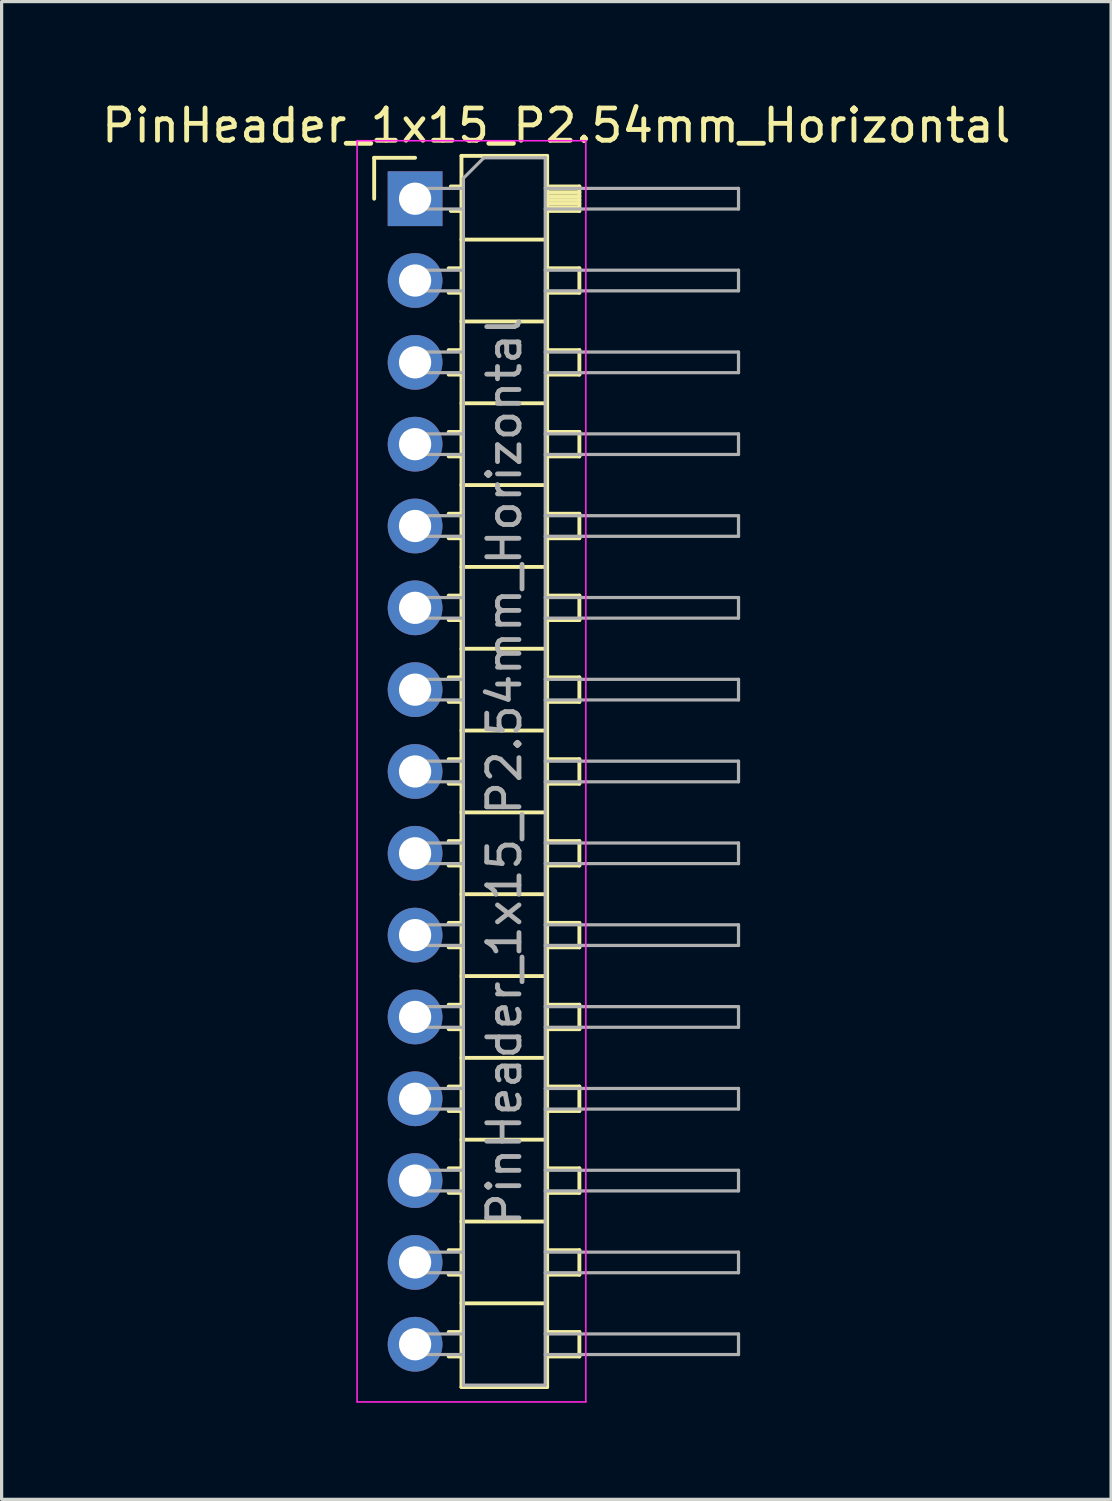
<source format=kicad_pcb>
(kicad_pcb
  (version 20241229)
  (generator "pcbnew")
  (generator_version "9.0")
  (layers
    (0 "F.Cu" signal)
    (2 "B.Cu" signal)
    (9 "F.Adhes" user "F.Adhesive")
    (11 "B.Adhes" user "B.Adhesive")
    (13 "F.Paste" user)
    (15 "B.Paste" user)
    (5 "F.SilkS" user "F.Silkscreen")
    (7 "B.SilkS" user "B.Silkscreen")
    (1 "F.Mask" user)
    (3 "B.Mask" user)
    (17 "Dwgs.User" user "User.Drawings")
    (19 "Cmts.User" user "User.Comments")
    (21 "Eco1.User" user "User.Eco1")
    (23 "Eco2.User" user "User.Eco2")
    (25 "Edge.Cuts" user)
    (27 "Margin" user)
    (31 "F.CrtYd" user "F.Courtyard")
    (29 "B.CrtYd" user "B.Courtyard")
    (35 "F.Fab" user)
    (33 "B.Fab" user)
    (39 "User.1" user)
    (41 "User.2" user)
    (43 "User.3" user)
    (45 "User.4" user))
  (footprint "PinHeader_1x15_P2.54mm_Horizontal"
    (layer "F.Cu")
    (at 9.835 3.118)
    (property "Reference" "PinHeader_1x15_P2.54mm_Horizontal" (at 4.385 -2.27 0) (layer "F.SilkS") (effects (font (size 1 1) (thickness 0.15))))
    (attr through_hole)
    (fp_line (start -1.27 -1.27) (end 0 -1.27) (stroke (width 0.12) (type solid)) (layer "F.SilkS"))
    (fp_line (start -1.27 0) (end -1.27 -1.27) (stroke (width 0.12) (type solid)) (layer "F.SilkS"))
    (fp_line (start 1.043 2.16) (end 1.44 2.16) (stroke (width 0.12) (type solid)) (layer "F.SilkS"))
    (fp_line (start 1.043 2.92) (end 1.44 2.92) (stroke (width 0.12) (type solid)) (layer "F.SilkS"))
    (fp_line (start 1.043 4.7) (end 1.44 4.7) (stroke (width 0.12) (type solid)) (layer "F.SilkS"))
    (fp_line (start 1.043 5.46) (end 1.44 5.46) (stroke (width 0.12) (type solid)) (layer "F.SilkS"))
    (fp_line (start 1.043 7.24) (end 1.44 7.24) (stroke (width 0.12) (type solid)) (layer "F.SilkS"))
    (fp_line (start 1.043 8) (end 1.44 8) (stroke (width 0.12) (type solid)) (layer "F.SilkS"))
    (fp_line (start 1.043 9.78) (end 1.44 9.78) (stroke (width 0.12) (type solid)) (layer "F.SilkS"))
    (fp_line (start 1.043 10.54) (end 1.44 10.54) (stroke (width 0.12) (type solid)) (layer "F.SilkS"))
    (fp_line (start 1.043 12.32) (end 1.44 12.32) (stroke (width 0.12) (type solid)) (layer "F.SilkS"))
    (fp_line (start 1.043 13.08) (end 1.44 13.08) (stroke (width 0.12) (type solid)) (layer "F.SilkS"))
    (fp_line (start 1.043 14.86) (end 1.44 14.86) (stroke (width 0.12) (type solid)) (layer "F.SilkS"))
    (fp_line (start 1.043 15.62) (end 1.44 15.62) (stroke (width 0.12) (type solid)) (layer "F.SilkS"))
    (fp_line (start 1.043 17.4) (end 1.44 17.4) (stroke (width 0.12) (type solid)) (layer "F.SilkS"))
    (fp_line (start 1.043 18.16) (end 1.44 18.16) (stroke (width 0.12) (type solid)) (layer "F.SilkS"))
    (fp_line (start 1.043 19.94) (end 1.44 19.94) (stroke (width 0.12) (type solid)) (layer "F.SilkS"))
    (fp_line (start 1.043 20.7) (end 1.44 20.7) (stroke (width 0.12) (type solid)) (layer "F.SilkS"))
    (fp_line (start 1.043 22.48) (end 1.44 22.48) (stroke (width 0.12) (type solid)) (layer "F.SilkS"))
    (fp_line (start 1.043 23.24) (end 1.44 23.24) (stroke (width 0.12) (type solid)) (layer "F.SilkS"))
    (fp_line (start 1.043 25.02) (end 1.44 25.02) (stroke (width 0.12) (type solid)) (layer "F.SilkS"))
    (fp_line (start 1.043 25.78) (end 1.44 25.78) (stroke (width 0.12) (type solid)) (layer "F.SilkS"))
    (fp_line (start 1.043 27.56) (end 1.44 27.56) (stroke (width 0.12) (type solid)) (layer "F.SilkS"))
    (fp_line (start 1.043 28.32) (end 1.44 28.32) (stroke (width 0.12) (type solid)) (layer "F.SilkS"))
    (fp_line (start 1.043 30.1) (end 1.44 30.1) (stroke (width 0.12) (type solid)) (layer "F.SilkS"))
    (fp_line (start 1.043 30.86) (end 1.44 30.86) (stroke (width 0.12) (type solid)) (layer "F.SilkS"))
    (fp_line (start 1.043 32.64) (end 1.44 32.64) (stroke (width 0.12) (type solid)) (layer "F.SilkS"))
    (fp_line (start 1.043 33.4) (end 1.44 33.4) (stroke (width 0.12) (type solid)) (layer "F.SilkS"))
    (fp_line (start 1.043 35.18) (end 1.44 35.18) (stroke (width 0.12) (type solid)) (layer "F.SilkS"))
    (fp_line (start 1.043 35.94) (end 1.44 35.94) (stroke (width 0.12) (type solid)) (layer "F.SilkS"))
    (fp_line (start 1.11 -0.38) (end 1.44 -0.38) (stroke (width 0.12) (type solid)) (layer "F.SilkS"))
    (fp_line (start 1.11 0.38) (end 1.44 0.38) (stroke (width 0.12) (type solid)) (layer "F.SilkS"))
    (fp_line (start 1.44 -1.33) (end 1.44 36.89) (stroke (width 0.12) (type solid)) (layer "F.SilkS"))
    (fp_line (start 1.44 1.27) (end 4.1 1.27) (stroke (width 0.12) (type solid)) (layer "F.SilkS"))
    (fp_line (start 1.44 3.81) (end 4.1 3.81) (stroke (width 0.12) (type solid)) (layer "F.SilkS"))
    (fp_line (start 1.44 6.35) (end 4.1 6.35) (stroke (width 0.12) (type solid)) (layer "F.SilkS"))
    (fp_line (start 1.44 8.89) (end 4.1 8.89) (stroke (width 0.12) (type solid)) (layer "F.SilkS"))
    (fp_line (start 1.44 11.43) (end 4.1 11.43) (stroke (width 0.12) (type solid)) (layer "F.SilkS"))
    (fp_line (start 1.44 13.97) (end 4.1 13.97) (stroke (width 0.12) (type solid)) (layer "F.SilkS"))
    (fp_line (start 1.44 16.51) (end 4.1 16.51) (stroke (width 0.12) (type solid)) (layer "F.SilkS"))
    (fp_line (start 1.44 19.05) (end 4.1 19.05) (stroke (width 0.12) (type solid)) (layer "F.SilkS"))
    (fp_line (start 1.44 21.59) (end 4.1 21.59) (stroke (width 0.12) (type solid)) (layer "F.SilkS"))
    (fp_line (start 1.44 24.13) (end 4.1 24.13) (stroke (width 0.12) (type solid)) (layer "F.SilkS"))
    (fp_line (start 1.44 26.67) (end 4.1 26.67) (stroke (width 0.12) (type solid)) (layer "F.SilkS"))
    (fp_line (start 1.44 29.21) (end 4.1 29.21) (stroke (width 0.12) (type solid)) (layer "F.SilkS"))
    (fp_line (start 1.44 31.75) (end 4.1 31.75) (stroke (width 0.12) (type solid)) (layer "F.SilkS"))
    (fp_line (start 1.44 34.29) (end 4.1 34.29) (stroke (width 0.12) (type solid)) (layer "F.SilkS"))
    (fp_line (start 1.44 36.89) (end 4.1 36.89) (stroke (width 0.12) (type solid)) (layer "F.SilkS"))
    (fp_line (start 4.1 -1.33) (end 1.44 -1.33) (stroke (width 0.12) (type solid)) (layer "F.SilkS"))
    (fp_line (start 4.1 -0.38) (end 5.1 -0.38) (stroke (width 0.12) (type solid)) (layer "F.SilkS"))
    (fp_line (start 4.1 -0.32) (end 5.1 -0.32) (stroke (width 0.12) (type solid)) (layer "F.SilkS"))
    (fp_line (start 4.1 -0.2) (end 5.1 -0.2) (stroke (width 0.12) (type solid)) (layer "F.SilkS"))
    (fp_line (start 4.1 -0.08) (end 5.1 -0.08) (stroke (width 0.12) (type solid)) (layer "F.SilkS"))
    (fp_line (start 4.1 0.04) (end 5.1 0.04) (stroke (width 0.12) (type solid)) (layer "F.SilkS"))
    (fp_line (start 4.1 0.16) (end 5.1 0.16) (stroke (width 0.12) (type solid)) (layer "F.SilkS"))
    (fp_line (start 4.1 0.28) (end 5.1 0.28) (stroke (width 0.12) (type solid)) (layer "F.SilkS"))
    (fp_line (start 4.1 2.16) (end 5.1 2.16) (stroke (width 0.12) (type solid)) (layer "F.SilkS"))
    (fp_line (start 4.1 4.7) (end 5.1 4.7) (stroke (width 0.12) (type solid)) (layer "F.SilkS"))
    (fp_line (start 4.1 7.24) (end 5.1 7.24) (stroke (width 0.12) (type solid)) (layer "F.SilkS"))
    (fp_line (start 4.1 9.78) (end 5.1 9.78) (stroke (width 0.12) (type solid)) (layer "F.SilkS"))
    (fp_line (start 4.1 12.32) (end 5.1 12.32) (stroke (width 0.12) (type solid)) (layer "F.SilkS"))
    (fp_line (start 4.1 14.86) (end 5.1 14.86) (stroke (width 0.12) (type solid)) (layer "F.SilkS"))
    (fp_line (start 4.1 17.4) (end 5.1 17.4) (stroke (width 0.12) (type solid)) (layer "F.SilkS"))
    (fp_line (start 4.1 19.94) (end 5.1 19.94) (stroke (width 0.12) (type solid)) (layer "F.SilkS"))
    (fp_line (start 4.1 22.48) (end 5.1 22.48) (stroke (width 0.12) (type solid)) (layer "F.SilkS"))
    (fp_line (start 4.1 25.02) (end 5.1 25.02) (stroke (width 0.12) (type solid)) (layer "F.SilkS"))
    (fp_line (start 4.1 27.56) (end 5.1 27.56) (stroke (width 0.12) (type solid)) (layer "F.SilkS"))
    (fp_line (start 4.1 30.1) (end 5.1 30.1) (stroke (width 0.12) (type solid)) (layer "F.SilkS"))
    (fp_line (start 4.1 32.64) (end 5.1 32.64) (stroke (width 0.12) (type solid)) (layer "F.SilkS"))
    (fp_line (start 4.1 35.18) (end 5.1 35.18) (stroke (width 0.12) (type solid)) (layer "F.SilkS"))
    (fp_line (start 4.1 36.89) (end 4.1 -1.33) (stroke (width 0.12) (type solid)) (layer "F.SilkS"))
    (fp_line (start 5.1 -0.38) (end 5.1 0.38) (stroke (width 0.12) (type solid)) (layer "F.SilkS"))
    (fp_line (start 5.1 0.38) (end 4.1 0.38) (stroke (width 0.12) (type solid)) (layer "F.SilkS"))
    (fp_line (start 5.1 2.16) (end 5.1 2.92) (stroke (width 0.12) (type solid)) (layer "F.SilkS"))
    (fp_line (start 5.1 2.92) (end 4.1 2.92) (stroke (width 0.12) (type solid)) (layer "F.SilkS"))
    (fp_line (start 5.1 4.7) (end 5.1 5.46) (stroke (width 0.12) (type solid)) (layer "F.SilkS"))
    (fp_line (start 5.1 5.46) (end 4.1 5.46) (stroke (width 0.12) (type solid)) (layer "F.SilkS"))
    (fp_line (start 5.1 7.24) (end 5.1 8) (stroke (width 0.12) (type solid)) (layer "F.SilkS"))
    (fp_line (start 5.1 8) (end 4.1 8) (stroke (width 0.12) (type solid)) (layer "F.SilkS"))
    (fp_line (start 5.1 9.78) (end 5.1 10.54) (stroke (width 0.12) (type solid)) (layer "F.SilkS"))
    (fp_line (start 5.1 10.54) (end 4.1 10.54) (stroke (width 0.12) (type solid)) (layer "F.SilkS"))
    (fp_line (start 5.1 12.32) (end 5.1 13.08) (stroke (width 0.12) (type solid)) (layer "F.SilkS"))
    (fp_line (start 5.1 13.08) (end 4.1 13.08) (stroke (width 0.12) (type solid)) (layer "F.SilkS"))
    (fp_line (start 5.1 14.86) (end 5.1 15.62) (stroke (width 0.12) (type solid)) (layer "F.SilkS"))
    (fp_line (start 5.1 15.62) (end 4.1 15.62) (stroke (width 0.12) (type solid)) (layer "F.SilkS"))
    (fp_line (start 5.1 17.4) (end 5.1 18.16) (stroke (width 0.12) (type solid)) (layer "F.SilkS"))
    (fp_line (start 5.1 18.16) (end 4.1 18.16) (stroke (width 0.12) (type solid)) (layer "F.SilkS"))
    (fp_line (start 5.1 19.94) (end 5.1 20.7) (stroke (width 0.12) (type solid)) (layer "F.SilkS"))
    (fp_line (start 5.1 20.7) (end 4.1 20.7) (stroke (width 0.12) (type solid)) (layer "F.SilkS"))
    (fp_line (start 5.1 22.48) (end 5.1 23.24) (stroke (width 0.12) (type solid)) (layer "F.SilkS"))
    (fp_line (start 5.1 23.24) (end 4.1 23.24) (stroke (width 0.12) (type solid)) (layer "F.SilkS"))
    (fp_line (start 5.1 25.02) (end 5.1 25.78) (stroke (width 0.12) (type solid)) (layer "F.SilkS"))
    (fp_line (start 5.1 25.78) (end 4.1 25.78) (stroke (width 0.12) (type solid)) (layer "F.SilkS"))
    (fp_line (start 5.1 27.56) (end 5.1 28.32) (stroke (width 0.12) (type solid)) (layer "F.SilkS"))
    (fp_line (start 5.1 28.32) (end 4.1 28.32) (stroke (width 0.12) (type solid)) (layer "F.SilkS"))
    (fp_line (start 5.1 30.1) (end 5.1 30.86) (stroke (width 0.12) (type solid)) (layer "F.SilkS"))
    (fp_line (start 5.1 30.86) (end 4.1 30.86) (stroke (width 0.12) (type solid)) (layer "F.SilkS"))
    (fp_line (start 5.1 32.64) (end 5.1 33.4) (stroke (width 0.12) (type solid)) (layer "F.SilkS"))
    (fp_line (start 5.1 33.4) (end 4.1 33.4) (stroke (width 0.12) (type solid)) (layer "F.SilkS"))
    (fp_line (start 5.1 35.18) (end 5.1 35.94) (stroke (width 0.12) (type solid)) (layer "F.SilkS"))
    (fp_line (start 5.1 35.94) (end 4.1 35.94) (stroke (width 0.12) (type solid)) (layer "F.SilkS"))
    (fp_line (start -1.8 -1.8) (end -1.8 37.35) (stroke (width 0.05) (type solid)) (layer "F.CrtYd"))
    (fp_line (start -1.8 37.35) (end 5.3 37.35) (stroke (width 0.05) (type solid)) (layer "F.CrtYd"))
    (fp_line (start 5.3 -1.8) (end -1.8 -1.8) (stroke (width 0.05) (type solid)) (layer "F.CrtYd"))
    (fp_line (start 5.3 37.35) (end 5.3 -1.8) (stroke (width 0.05) (type solid)) (layer "F.CrtYd"))
    (fp_line (start -0.32 -0.32) (end -0.32 0.32) (stroke (width 0.1) (type solid)) (layer "F.Fab"))
    (fp_line (start -0.32 -0.32) (end 1.5 -0.32) (stroke (width 0.1) (type solid)) (layer "F.Fab"))
    (fp_line (start -0.32 0.32) (end 1.5 0.32) (stroke (width 0.1) (type solid)) (layer "F.Fab"))
    (fp_line (start -0.32 2.22) (end -0.32 2.86) (stroke (width 0.1) (type solid)) (layer "F.Fab"))
    (fp_line (start -0.32 2.22) (end 1.5 2.22) (stroke (width 0.1) (type solid)) (layer "F.Fab"))
    (fp_line (start -0.32 2.86) (end 1.5 2.86) (stroke (width 0.1) (type solid)) (layer "F.Fab"))
    (fp_line (start -0.32 4.76) (end -0.32 5.4) (stroke (width 0.1) (type solid)) (layer "F.Fab"))
    (fp_line (start -0.32 4.76) (end 1.5 4.76) (stroke (width 0.1) (type solid)) (layer "F.Fab"))
    (fp_line (start -0.32 5.4) (end 1.5 5.4) (stroke (width 0.1) (type solid)) (layer "F.Fab"))
    (fp_line (start -0.32 7.3) (end -0.32 7.94) (stroke (width 0.1) (type solid)) (layer "F.Fab"))
    (fp_line (start -0.32 7.3) (end 1.5 7.3) (stroke (width 0.1) (type solid)) (layer "F.Fab"))
    (fp_line (start -0.32 7.94) (end 1.5 7.94) (stroke (width 0.1) (type solid)) (layer "F.Fab"))
    (fp_line (start -0.32 9.84) (end -0.32 10.48) (stroke (width 0.1) (type solid)) (layer "F.Fab"))
    (fp_line (start -0.32 9.84) (end 1.5 9.84) (stroke (width 0.1) (type solid)) (layer "F.Fab"))
    (fp_line (start -0.32 10.48) (end 1.5 10.48) (stroke (width 0.1) (type solid)) (layer "F.Fab"))
    (fp_line (start -0.32 12.38) (end -0.32 13.02) (stroke (width 0.1) (type solid)) (layer "F.Fab"))
    (fp_line (start -0.32 12.38) (end 1.5 12.38) (stroke (width 0.1) (type solid)) (layer "F.Fab"))
    (fp_line (start -0.32 13.02) (end 1.5 13.02) (stroke (width 0.1) (type solid)) (layer "F.Fab"))
    (fp_line (start -0.32 14.92) (end -0.32 15.56) (stroke (width 0.1) (type solid)) (layer "F.Fab"))
    (fp_line (start -0.32 14.92) (end 1.5 14.92) (stroke (width 0.1) (type solid)) (layer "F.Fab"))
    (fp_line (start -0.32 15.56) (end 1.5 15.56) (stroke (width 0.1) (type solid)) (layer "F.Fab"))
    (fp_line (start -0.32 17.46) (end -0.32 18.1) (stroke (width 0.1) (type solid)) (layer "F.Fab"))
    (fp_line (start -0.32 17.46) (end 1.5 17.46) (stroke (width 0.1) (type solid)) (layer "F.Fab"))
    (fp_line (start -0.32 18.1) (end 1.5 18.1) (stroke (width 0.1) (type solid)) (layer "F.Fab"))
    (fp_line (start -0.32 20) (end -0.32 20.64) (stroke (width 0.1) (type solid)) (layer "F.Fab"))
    (fp_line (start -0.32 20) (end 1.5 20) (stroke (width 0.1) (type solid)) (layer "F.Fab"))
    (fp_line (start -0.32 20.64) (end 1.5 20.64) (stroke (width 0.1) (type solid)) (layer "F.Fab"))
    (fp_line (start -0.32 22.54) (end -0.32 23.18) (stroke (width 0.1) (type solid)) (layer "F.Fab"))
    (fp_line (start -0.32 22.54) (end 1.5 22.54) (stroke (width 0.1) (type solid)) (layer "F.Fab"))
    (fp_line (start -0.32 23.18) (end 1.5 23.18) (stroke (width 0.1) (type solid)) (layer "F.Fab"))
    (fp_line (start -0.32 25.08) (end -0.32 25.72) (stroke (width 0.1) (type solid)) (layer "F.Fab"))
    (fp_line (start -0.32 25.08) (end 1.5 25.08) (stroke (width 0.1) (type solid)) (layer "F.Fab"))
    (fp_line (start -0.32 25.72) (end 1.5 25.72) (stroke (width 0.1) (type solid)) (layer "F.Fab"))
    (fp_line (start -0.32 27.62) (end -0.32 28.26) (stroke (width 0.1) (type solid)) (layer "F.Fab"))
    (fp_line (start -0.32 27.62) (end 1.5 27.62) (stroke (width 0.1) (type solid)) (layer "F.Fab"))
    (fp_line (start -0.32 28.26) (end 1.5 28.26) (stroke (width 0.1) (type solid)) (layer "F.Fab"))
    (fp_line (start -0.32 30.16) (end -0.32 30.8) (stroke (width 0.1) (type solid)) (layer "F.Fab"))
    (fp_line (start -0.32 30.16) (end 1.5 30.16) (stroke (width 0.1) (type solid)) (layer "F.Fab"))
    (fp_line (start -0.32 30.8) (end 1.5 30.8) (stroke (width 0.1) (type solid)) (layer "F.Fab"))
    (fp_line (start -0.32 32.7) (end -0.32 33.34) (stroke (width 0.1) (type solid)) (layer "F.Fab"))
    (fp_line (start -0.32 32.7) (end 1.5 32.7) (stroke (width 0.1) (type solid)) (layer "F.Fab"))
    (fp_line (start -0.32 33.34) (end 1.5 33.34) (stroke (width 0.1) (type solid)) (layer "F.Fab"))
    (fp_line (start -0.32 35.24) (end -0.32 35.88) (stroke (width 0.1) (type solid)) (layer "F.Fab"))
    (fp_line (start -0.32 35.24) (end 1.5 35.24) (stroke (width 0.1) (type solid)) (layer "F.Fab"))
    (fp_line (start -0.32 35.88) (end 1.5 35.88) (stroke (width 0.1) (type solid)) (layer "F.Fab"))
    (fp_line (start 1.5 -0.635) (end 2.135 -1.27) (stroke (width 0.1) (type solid)) (layer "F.Fab"))
    (fp_line (start 1.5 36.83) (end 1.5 -0.635) (stroke (width 0.1) (type solid)) (layer "F.Fab"))
    (fp_line (start 2.135 -1.27) (end 4.04 -1.27) (stroke (width 0.1) (type solid)) (layer "F.Fab"))
    (fp_line (start 4.04 -1.27) (end 4.04 36.83) (stroke (width 0.1) (type solid)) (layer "F.Fab"))
    (fp_line (start 4.04 -0.32) (end 10.04 -0.32) (stroke (width 0.1) (type solid)) (layer "F.Fab"))
    (fp_line (start 4.04 0.32) (end 10.04 0.32) (stroke (width 0.1) (type solid)) (layer "F.Fab"))
    (fp_line (start 4.04 2.22) (end 10.04 2.22) (stroke (width 0.1) (type solid)) (layer "F.Fab"))
    (fp_line (start 4.04 2.86) (end 10.04 2.86) (stroke (width 0.1) (type solid)) (layer "F.Fab"))
    (fp_line (start 4.04 4.76) (end 10.04 4.76) (stroke (width 0.1) (type solid)) (layer "F.Fab"))
    (fp_line (start 4.04 5.4) (end 10.04 5.4) (stroke (width 0.1) (type solid)) (layer "F.Fab"))
    (fp_line (start 4.04 7.3) (end 10.04 7.3) (stroke (width 0.1) (type solid)) (layer "F.Fab"))
    (fp_line (start 4.04 7.94) (end 10.04 7.94) (stroke (width 0.1) (type solid)) (layer "F.Fab"))
    (fp_line (start 4.04 9.84) (end 10.04 9.84) (stroke (width 0.1) (type solid)) (layer "F.Fab"))
    (fp_line (start 4.04 10.48) (end 10.04 10.48) (stroke (width 0.1) (type solid)) (layer "F.Fab"))
    (fp_line (start 4.04 12.38) (end 10.04 12.38) (stroke (width 0.1) (type solid)) (layer "F.Fab"))
    (fp_line (start 4.04 13.02) (end 10.04 13.02) (stroke (width 0.1) (type solid)) (layer "F.Fab"))
    (fp_line (start 4.04 14.92) (end 10.04 14.92) (stroke (width 0.1) (type solid)) (layer "F.Fab"))
    (fp_line (start 4.04 15.56) (end 10.04 15.56) (stroke (width 0.1) (type solid)) (layer "F.Fab"))
    (fp_line (start 4.04 17.46) (end 10.04 17.46) (stroke (width 0.1) (type solid)) (layer "F.Fab"))
    (fp_line (start 4.04 18.1) (end 10.04 18.1) (stroke (width 0.1) (type solid)) (layer "F.Fab"))
    (fp_line (start 4.04 20) (end 10.04 20) (stroke (width 0.1) (type solid)) (layer "F.Fab"))
    (fp_line (start 4.04 20.64) (end 10.04 20.64) (stroke (width 0.1) (type solid)) (layer "F.Fab"))
    (fp_line (start 4.04 22.54) (end 10.04 22.54) (stroke (width 0.1) (type solid)) (layer "F.Fab"))
    (fp_line (start 4.04 23.18) (end 10.04 23.18) (stroke (width 0.1) (type solid)) (layer "F.Fab"))
    (fp_line (start 4.04 25.08) (end 10.04 25.08) (stroke (width 0.1) (type solid)) (layer "F.Fab"))
    (fp_line (start 4.04 25.72) (end 10.04 25.72) (stroke (width 0.1) (type solid)) (layer "F.Fab"))
    (fp_line (start 4.04 27.62) (end 10.04 27.62) (stroke (width 0.1) (type solid)) (layer "F.Fab"))
    (fp_line (start 4.04 28.26) (end 10.04 28.26) (stroke (width 0.1) (type solid)) (layer "F.Fab"))
    (fp_line (start 4.04 30.16) (end 10.04 30.16) (stroke (width 0.1) (type solid)) (layer "F.Fab"))
    (fp_line (start 4.04 30.8) (end 10.04 30.8) (stroke (width 0.1) (type solid)) (layer "F.Fab"))
    (fp_line (start 4.04 32.7) (end 10.04 32.7) (stroke (width 0.1) (type solid)) (layer "F.Fab"))
    (fp_line (start 4.04 33.34) (end 10.04 33.34) (stroke (width 0.1) (type solid)) (layer "F.Fab"))
    (fp_line (start 4.04 35.24) (end 10.04 35.24) (stroke (width 0.1) (type solid)) (layer "F.Fab"))
    (fp_line (start 4.04 35.88) (end 10.04 35.88) (stroke (width 0.1) (type solid)) (layer "F.Fab"))
    (fp_line (start 4.04 36.83) (end 1.5 36.83) (stroke (width 0.1) (type solid)) (layer "F.Fab"))
    (fp_line (start 10.04 -0.32) (end 10.04 0.32) (stroke (width 0.1) (type solid)) (layer "F.Fab"))
    (fp_line (start 10.04 2.22) (end 10.04 2.86) (stroke (width 0.1) (type solid)) (layer "F.Fab"))
    (fp_line (start 10.04 4.76) (end 10.04 5.4) (stroke (width 0.1) (type solid)) (layer "F.Fab"))
    (fp_line (start 10.04 7.3) (end 10.04 7.94) (stroke (width 0.1) (type solid)) (layer "F.Fab"))
    (fp_line (start 10.04 9.84) (end 10.04 10.48) (stroke (width 0.1) (type solid)) (layer "F.Fab"))
    (fp_line (start 10.04 12.38) (end 10.04 13.02) (stroke (width 0.1) (type solid)) (layer "F.Fab"))
    (fp_line (start 10.04 14.92) (end 10.04 15.56) (stroke (width 0.1) (type solid)) (layer "F.Fab"))
    (fp_line (start 10.04 17.46) (end 10.04 18.1) (stroke (width 0.1) (type solid)) (layer "F.Fab"))
    (fp_line (start 10.04 20) (end 10.04 20.64) (stroke (width 0.1) (type solid)) (layer "F.Fab"))
    (fp_line (start 10.04 22.54) (end 10.04 23.18) (stroke (width 0.1) (type solid)) (layer "F.Fab"))
    (fp_line (start 10.04 25.08) (end 10.04 25.72) (stroke (width 0.1) (type solid)) (layer "F.Fab"))
    (fp_line (start 10.04 27.62) (end 10.04 28.26) (stroke (width 0.1) (type solid)) (layer "F.Fab"))
    (fp_line (start 10.04 30.16) (end 10.04 30.8) (stroke (width 0.1) (type solid)) (layer "F.Fab"))
    (fp_line (start 10.04 32.7) (end 10.04 33.34) (stroke (width 0.1) (type solid)) (layer "F.Fab"))
    (fp_line (start 10.04 35.24) (end 10.04 35.88) (stroke (width 0.1) (type solid)) (layer "F.Fab"))
    (fp_text user "${REFERENCE}" (at 2.77 17.78 90) (layer "F.Fab") (effects (font (size 1 1) (thickness 0.15))))
    (pad "1" thru_hole rect (at 0 0) (size 1.7 1.7) (drill 1) (layers "*.Cu" "*.Mask"))
    (pad "2" thru_hole oval (at 0 2.54) (size 1.7 1.7) (drill 1) (layers "*.Cu" "*.Mask"))
    (pad "3" thru_hole oval (at 0 5.08) (size 1.7 1.7) (drill 1) (layers "*.Cu" "*.Mask"))
    (pad "4" thru_hole oval (at 0 7.62) (size 1.7 1.7) (drill 1) (layers "*.Cu" "*.Mask"))
    (pad "5" thru_hole oval (at 0 10.16) (size 1.7 1.7) (drill 1) (layers "*.Cu" "*.Mask"))
    (pad "6" thru_hole oval (at 0 12.7) (size 1.7 1.7) (drill 1) (layers "*.Cu" "*.Mask"))
    (pad "7" thru_hole oval (at 0 15.24) (size 1.7 1.7) (drill 1) (layers "*.Cu" "*.Mask"))
    (pad "8" thru_hole oval (at 0 17.78) (size 1.7 1.7) (drill 1) (layers "*.Cu" "*.Mask"))
    (pad "9" thru_hole oval (at 0 20.32) (size 1.7 1.7) (drill 1) (layers "*.Cu" "*.Mask"))
    (pad "10" thru_hole oval (at 0 22.86) (size 1.7 1.7) (drill 1) (layers "*.Cu" "*.Mask"))
    (pad "11" thru_hole oval (at 0 25.4) (size 1.7 1.7) (drill 1) (layers "*.Cu" "*.Mask"))
    (pad "12" thru_hole oval (at 0 27.94) (size 1.7 1.7) (drill 1) (layers "*.Cu" "*.Mask"))
    (pad "13" thru_hole oval (at 0 30.48) (size 1.7 1.7) (drill 1) (layers "*.Cu" "*.Mask"))
    (pad "14" thru_hole oval (at 0 33.02) (size 1.7 1.7) (drill 1) (layers "*.Cu" "*.Mask"))
    (pad "15" thru_hole oval (at 0 35.56) (size 1.7 1.7) (drill 1) (layers "*.Cu" "*.Mask")))
  (gr_rect
    (start -3 -3)
    (end 31.44 43.493)
    (stroke (width 0.1) (type default))
    (fill no)
    (layer "Edge.Cuts")))
</source>
